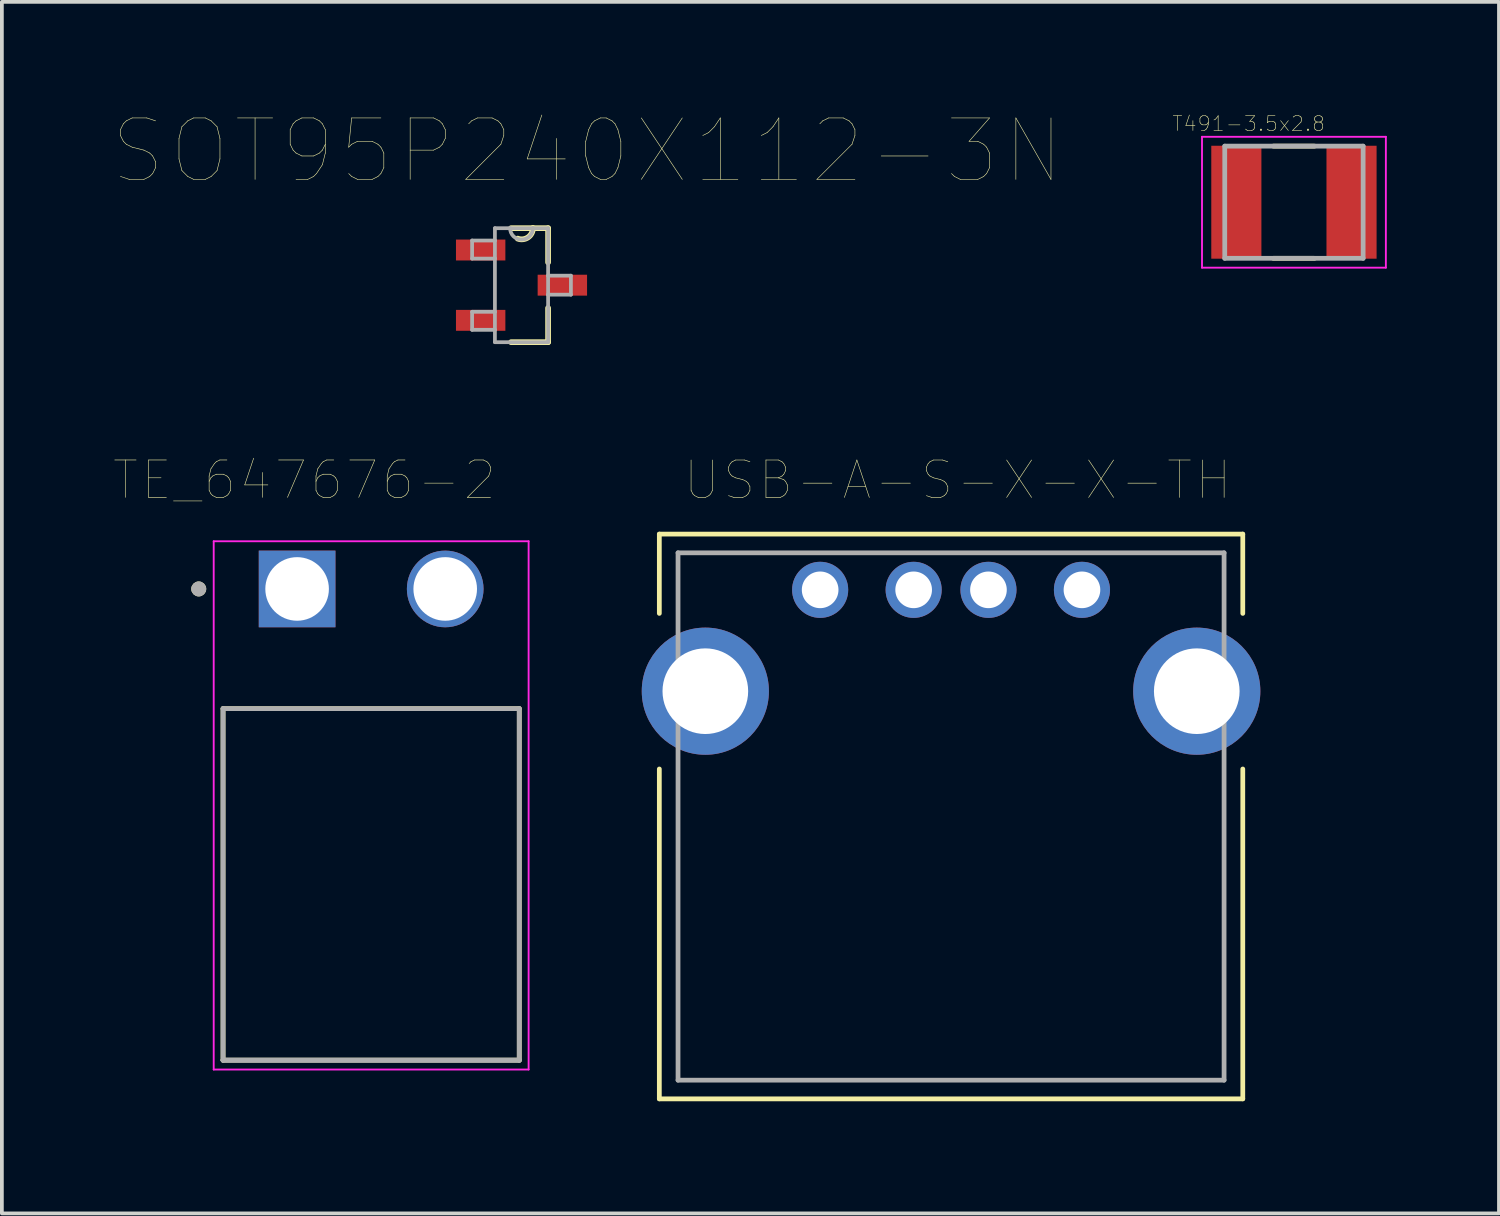
<source format=kicad_pcb>
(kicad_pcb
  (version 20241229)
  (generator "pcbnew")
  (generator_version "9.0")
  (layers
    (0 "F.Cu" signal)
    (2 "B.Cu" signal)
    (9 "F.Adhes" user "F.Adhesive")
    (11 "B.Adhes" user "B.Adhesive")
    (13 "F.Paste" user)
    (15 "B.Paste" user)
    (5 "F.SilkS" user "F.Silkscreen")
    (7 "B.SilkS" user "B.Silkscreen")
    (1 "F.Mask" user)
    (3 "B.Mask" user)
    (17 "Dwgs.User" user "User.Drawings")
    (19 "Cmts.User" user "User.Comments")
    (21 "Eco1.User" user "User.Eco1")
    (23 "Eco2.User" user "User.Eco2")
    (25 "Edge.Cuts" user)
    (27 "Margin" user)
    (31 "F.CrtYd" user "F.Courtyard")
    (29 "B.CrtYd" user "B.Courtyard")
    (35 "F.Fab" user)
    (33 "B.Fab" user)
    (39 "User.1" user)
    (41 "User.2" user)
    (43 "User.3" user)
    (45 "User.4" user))
  (footprint "T491-3.5x2.8"
    (layer "F.Cu")
    (at 31.547 2.357)
    (property "Reference" "T491-3.5x2.8" (at -1.21 -2.1 0) (layer "F.SilkS") (effects (font (size 0.394 0.394) (thickness 0.015))))
    (attr through_hole)
    (fp_line (start -0.55 -1.5) (end 0.55 -1.5) (stroke (width 0.127) (type solid)) (layer "F.SilkS"))
    (fp_line (start -0.55 1.5) (end 0.55 1.5) (stroke (width 0.127) (type solid)) (layer "F.SilkS"))
    (fp_line (start -2.458 -1.75) (end 2.458 -1.75) (stroke (width 0.05) (type solid)) (layer "F.CrtYd"))
    (fp_line (start -2.458 1.75) (end -2.458 -1.75) (stroke (width 0.05) (type solid)) (layer "F.CrtYd"))
    (fp_line (start -2.458 1.75) (end 2.458 1.75) (stroke (width 0.05) (type solid)) (layer "F.CrtYd"))
    (fp_line (start 2.458 1.75) (end 2.458 -1.75) (stroke (width 0.05) (type solid)) (layer "F.CrtYd"))
    (fp_line (start -1.85 1.5) (end -1.85 -1.5) (stroke (width 0.127) (type solid)) (layer "F.Fab"))
    (fp_line (start 1.85 -1.5) (end -1.85 -1.5) (stroke (width 0.127) (type solid)) (layer "F.Fab"))
    (fp_line (start 1.85 1.5) (end -1.85 1.5) (stroke (width 0.127) (type solid)) (layer "F.Fab"))
    (fp_line (start 1.85 1.5) (end 1.85 -1.5) (stroke (width 0.127) (type solid)) (layer "F.Fab"))
    (pad "1" smd rect (at -1.54 0) (size 1.34 3.02) (layers "F.Cu" "F.Mask" "F.Paste"))
    (pad "2" smd rect (at 1.54 0) (size 1.34 3.02) (layers "F.Cu" "F.Mask" "F.Paste")))
  (footprint "TE_647676-2"
    (layer "F.Cu")
    (at 4.894 12.697)
    (property "Reference" "TE_647676-2" (at 0.195 -2.91 0) (layer "F.SilkS") (effects (font (size 1 1) (thickness 0.015))))
    (attr through_hole)
    (fp_line (start -1.98 12.6) (end -1.98 3.2) (stroke (width 0.127) (type solid)) (layer "F.SilkS"))
    (fp_line (start 5.94 3.2) (end -1.98 3.2) (stroke (width 0.127) (type solid)) (layer "F.SilkS"))
    (fp_line (start 5.94 3.2) (end 5.94 12.6) (stroke (width 0.127) (type solid)) (layer "F.SilkS"))
    (fp_line (start 5.94 12.6) (end -1.98 12.6) (stroke (width 0.127) (type solid)) (layer "F.SilkS"))
    (fp_circle (center -2.63 0) (end -2.53 0) (stroke (width 0.2) (type solid)) (fill no) (layer "F.SilkS"))
    (fp_line (start -2.23 -1.275) (end 6.19 -1.275) (stroke (width 0.05) (type solid)) (layer "F.CrtYd"))
    (fp_line (start -2.23 12.85) (end -2.23 -1.275) (stroke (width 0.05) (type solid)) (layer "F.CrtYd"))
    (fp_line (start 6.19 -1.275) (end 6.19 12.85) (stroke (width 0.05) (type solid)) (layer "F.CrtYd"))
    (fp_line (start 6.19 12.85) (end -2.23 12.85) (stroke (width 0.05) (type solid)) (layer "F.CrtYd"))
    (fp_line (start -1.98 3.2) (end 5.94 3.2) (stroke (width 0.127) (type solid)) (layer "F.Fab"))
    (fp_line (start -1.98 12.6) (end -1.98 3.2) (stroke (width 0.127) (type solid)) (layer "F.Fab"))
    (fp_line (start -1.98 12.6) (end -1.98 12.6) (stroke (width 0.127) (type solid)) (layer "F.Fab"))
    (fp_line (start -1.98 12.6) (end 5.94 12.6) (stroke (width 0.127) (type solid)) (layer "F.Fab"))
    (fp_line (start 5.94 3.2) (end 5.94 12.6) (stroke (width 0.127) (type solid)) (layer "F.Fab"))
    (fp_line (start 5.94 12.6) (end -1.98 12.6) (stroke (width 0.127) (type solid)) (layer "F.Fab"))
    (fp_line (start 5.94 12.6) (end 5.94 12.6) (stroke (width 0.127) (type solid)) (layer "F.Fab"))
    (fp_circle (center -2.63 0) (end -2.53 0) (stroke (width 0.2) (type solid)) (fill no) (layer "F.Fab"))
    (pad "1" thru_hole rect (at 0 0) (size 2.05 2.05) (drill 1.7) (layers "*.Cu" "*.Mask"))
    (pad "2" thru_hole circle (at 3.96 0) (size 2.05 2.05) (drill 1.7) (layers "*.Cu" "*.Mask")))
  (footprint "SOT95P240X112-3N"
    (layer "F.Cu")
    (at 10.894 4.575)
    (property "Reference" "SOT95P240X112-3N" (at 1.756 -3.588 0) (layer "F.SilkS") (effects (font (size 1.643 1.643) (thickness 0.015))))
    (attr through_hole)
    (fp_line (start -0.279 1.524) (end 0.711 1.524) (stroke (width 0.152) (type solid)) (layer "F.SilkS"))
    (fp_line (start 0.305 -1.524) (end -0.279 -1.524) (stroke (width 0.152) (type solid)) (layer "F.SilkS"))
    (fp_line (start 0.711 -1.524) (end 0.305 -1.524) (stroke (width 0.152) (type solid)) (layer "F.SilkS"))
    (fp_line (start 0.711 -0.61) (end 0.711 -1.524) (stroke (width 0.152) (type solid)) (layer "F.SilkS"))
    (fp_line (start 0.711 1.524) (end 0.711 0.61) (stroke (width 0.152) (type solid)) (layer "F.SilkS"))
    (fp_arc (start 0.3048 -1.524) (mid 0.174323 -1.278521) (end -0.1016 -1.2446) (stroke (width 0.1524) (type solid)) (layer "F.SilkS"))
    (fp_line (start -1.321 -1.194) (end -1.321 -0.711) (stroke (width 0.1) (type solid)) (layer "F.Fab"))
    (fp_line (start -1.321 -0.711) (end -0.711 -0.711) (stroke (width 0.1) (type solid)) (layer "F.Fab"))
    (fp_line (start -1.321 0.711) (end -1.321 1.194) (stroke (width 0.1) (type solid)) (layer "F.Fab"))
    (fp_line (start -1.321 1.194) (end -0.711 1.194) (stroke (width 0.1) (type solid)) (layer "F.Fab"))
    (fp_line (start -0.711 -1.524) (end -0.711 -1.194) (stroke (width 0.1) (type solid)) (layer "F.Fab"))
    (fp_line (start -0.711 -1.194) (end -1.321 -1.194) (stroke (width 0.1) (type solid)) (layer "F.Fab"))
    (fp_line (start -0.711 -1.194) (end -0.711 -0.711) (stroke (width 0.1) (type solid)) (layer "F.Fab"))
    (fp_line (start -0.711 -0.711) (end -0.711 0.711) (stroke (width 0.1) (type solid)) (layer "F.Fab"))
    (fp_line (start -0.711 0.711) (end -1.321 0.711) (stroke (width 0.1) (type solid)) (layer "F.Fab"))
    (fp_line (start -0.711 1.194) (end -0.711 0.711) (stroke (width 0.1) (type solid)) (layer "F.Fab"))
    (fp_line (start -0.711 1.524) (end -0.711 1.194) (stroke (width 0.1) (type solid)) (layer "F.Fab"))
    (fp_line (start -0.711 1.524) (end 0.711 1.524) (stroke (width 0.1) (type solid)) (layer "F.Fab"))
    (fp_line (start -0.305 -1.524) (end -0.711 -1.524) (stroke (width 0.1) (type solid)) (layer "F.Fab"))
    (fp_line (start 0.305 -1.524) (end -0.305 -1.524) (stroke (width 0.1) (type solid)) (layer "F.Fab"))
    (fp_line (start 0.711 -1.524) (end 0.305 -1.524) (stroke (width 0.1) (type solid)) (layer "F.Fab"))
    (fp_line (start 0.711 -0.254) (end 0.711 -1.524) (stroke (width 0.1) (type solid)) (layer "F.Fab"))
    (fp_line (start 0.711 0.254) (end 0.711 -0.254) (stroke (width 0.1) (type solid)) (layer "F.Fab"))
    (fp_line (start 0.711 0.254) (end 1.321 0.254) (stroke (width 0.1) (type solid)) (layer "F.Fab"))
    (fp_line (start 0.711 1.524) (end 0.711 0.254) (stroke (width 0.1) (type solid)) (layer "F.Fab"))
    (fp_line (start 1.321 -0.254) (end 0.711 -0.254) (stroke (width 0.1) (type solid)) (layer "F.Fab"))
    (fp_line (start 1.321 0.254) (end 1.321 -0.254) (stroke (width 0.1) (type solid)) (layer "F.Fab"))
    (fp_arc (start 0.3048 -1.524) (mid 0 -1.2192) (end -0.3048 -1.524) (stroke (width 0.1) (type solid)) (layer "F.Fab"))
    (pad "1" smd rect (at -1.092 -0.94) (size 1.321 0.559) (layers "F.Cu" "F.Mask" "F.Paste"))
    (pad "2" smd rect (at -1.092 0.94) (size 1.321 0.559) (layers "F.Cu" "F.Mask" "F.Paste"))
    (pad "3" smd rect (at 1.092 0) (size 1.321 0.559) (layers "F.Cu" "F.Mask" "F.Paste")))
  (footprint "USB-A-S-X-X-TH"
    (layer "F.Cu")
    (at 22.379 15.431)
    (property "Reference" "USB-A-S-X-X-TH" (at 0.175 -5.643 0) (layer "F.SilkS") (effects (font (size 1.001 1.001) (thickness 0.015))))
    (attr through_hole)
    (fp_line (start -7.8 -4.2) (end 7.8 -4.2) (stroke (width 0.127) (type solid)) (layer "F.SilkS"))
    (fp_line (start -7.8 -2.08) (end -7.8 -4.2) (stroke (width 0.127) (type solid)) (layer "F.SilkS"))
    (fp_line (start -7.8 10.9) (end -7.8 2.08) (stroke (width 0.127) (type solid)) (layer "F.SilkS"))
    (fp_line (start 7.8 -4.2) (end 7.8 -2.08) (stroke (width 0.127) (type solid)) (layer "F.SilkS"))
    (fp_line (start 7.8 2.08) (end 7.8 10.9) (stroke (width 0.127) (type solid)) (layer "F.SilkS"))
    (fp_line (start 7.8 10.9) (end -7.8 10.9) (stroke (width 0.127) (type solid)) (layer "F.SilkS"))
    (fp_line (start -7.3 -3.7) (end 7.3 -3.7) (stroke (width 0.127) (type solid)) (layer "F.Fab"))
    (fp_line (start -7.3 10.4) (end -7.3 -3.7) (stroke (width 0.127) (type solid)) (layer "F.Fab"))
    (fp_line (start 7.3 -3.7) (end 7.3 10.4) (stroke (width 0.127) (type solid)) (layer "F.Fab"))
    (fp_line (start 7.3 10.4) (end -7.3 10.4) (stroke (width 0.127) (type solid)) (layer "F.Fab"))
    (pad "1" thru_hole circle (at -3.5 -2.71) (size 1.5 1.5) (drill 0.98) (layers "*.Cu" "*.Mask"))
    (pad "2" thru_hole circle (at -1 -2.71) (size 1.5 1.5) (drill 0.98) (layers "*.Cu" "*.Mask"))
    (pad "3" thru_hole circle (at 1 -2.71) (size 1.5 1.5) (drill 0.98) (layers "*.Cu" "*.Mask"))
    (pad "4" thru_hole circle (at 3.5 -2.71) (size 1.5 1.5) (drill 0.98) (layers "*.Cu" "*.Mask"))
    (pad "5" thru_hole circle (at -6.57 0) (size 3.4 3.4) (drill 2.29) (layers "*.Cu" "*.Mask"))
    (pad "6" thru_hole circle (at 6.57 0) (size 3.4 3.4) (drill 2.29) (layers "*.Cu" "*.Mask")))
  (gr_rect
    (start -3 -3)
    (end 37.029 29.394)
    (stroke (width 0.1) (type default))
    (fill no)
    (layer "Edge.Cuts")))
</source>
